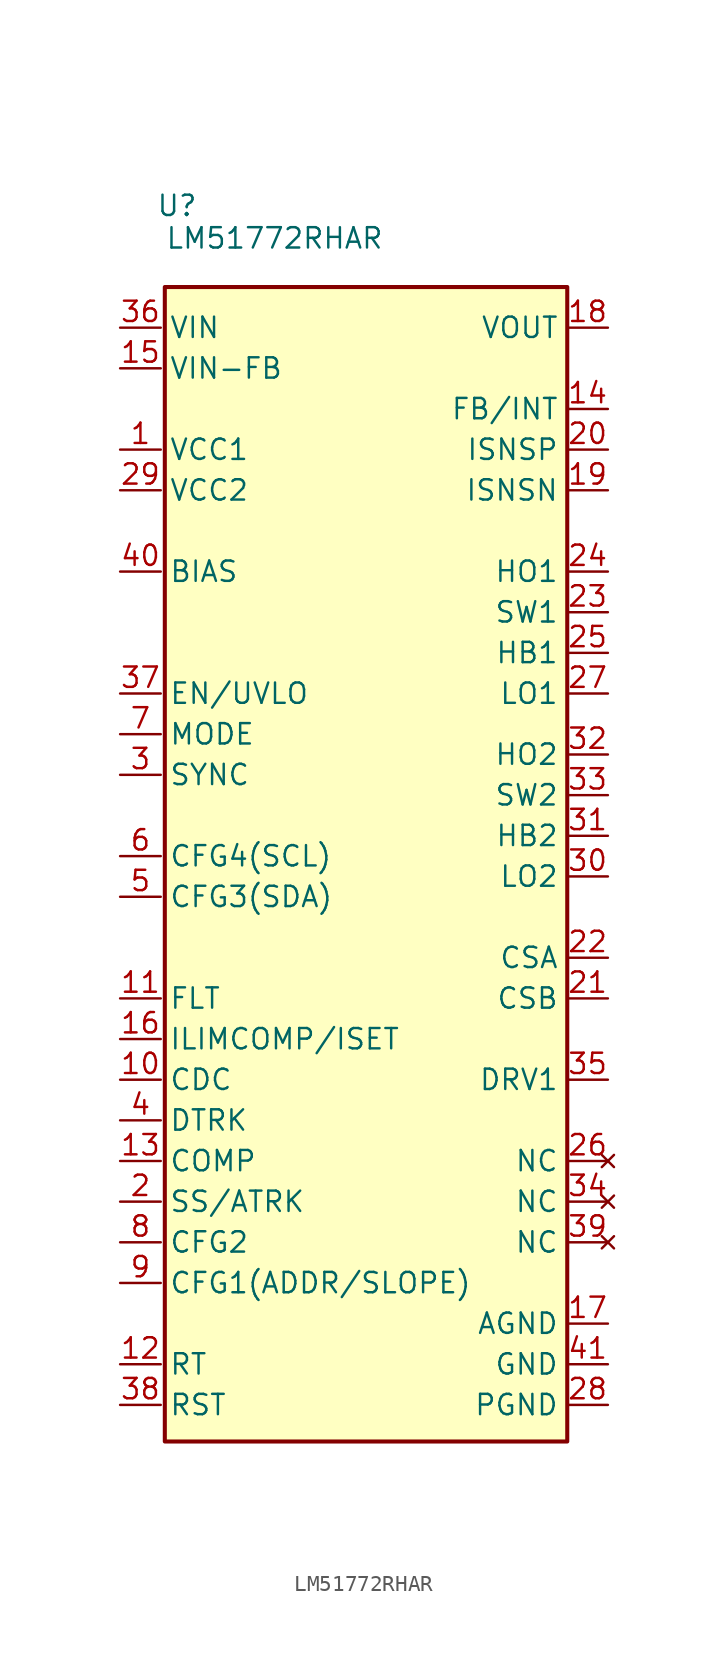
<source format=kicad_sym>
(kicad_symbol_lib
  (version 20231120)
  (generator "kicad_symbol_editor")
  (generator_version "8.0")
  (symbol "LM51772RHAR"
    (property "Reference" "U"
      (at -11.684 43.18 0)
      (effects (font (size 1.27 1.27))))
    (property "Value" "LM51772RHAR"
      (at -5.588 41.148 0)
      (effects (font (size 1.27 1.27))))
    (symbol "LM51772RHAR_0_1"
      (rectangle (start -12.446 38.1) (end 12.7 -34.036) (stroke (width 0.254) (type default)) (fill (type background))))
    (symbol "LM51772RHAR_1_1"
      (pin power_out line (at -15.24 27.94 0) (length 2.54) (name "VCC1" (effects (font (size 1.27 1.27)))) (number "1" (effects (font (size 1.27 1.27)))))
      (pin passive line (at -15.24 -11.43 0) (length 2.54) (name "CDC" (effects (font (size 1.27 1.27)))) (number "10" (effects (font (size 1.27 1.27)))))
      (pin output line (at -15.24 -6.35 0) (length 2.54) (name "FLT" (effects (font (size 1.27 1.27)))) (number "11" (effects (font (size 1.27 1.27)))))
      (pin bidirectional line (at -15.24 -29.21 0) (length 2.54) (name "RT" (effects (font (size 1.27 1.27)))) (number "12" (effects (font (size 1.27 1.27)))))
      (pin output line (at -15.24 -16.51 0) (length 2.54) (name "COMP" (effects (font (size 1.27 1.27)))) (number "13" (effects (font (size 1.27 1.27)))))
      (pin input line (at 15.24 30.48 180) (length 2.54) (name "FB/INT" (effects (font (size 1.27 1.27)))) (number "14" (effects (font (size 1.27 1.27)))))
      (pin passive line (at -15.24 33.02 0) (length 2.54) (name "VIN-FB" (effects (font (size 1.27 1.27)))) (number "15" (effects (font (size 1.27 1.27)))))
      (pin passive line (at -15.24 -8.89 0) (length 2.54) (name "ILIMCOMP/ISET" (effects (font (size 1.27 1.27)))) (number "16" (effects (font (size 1.27 1.27)))))
      (pin power_in line (at 15.24 -26.67 180) (length 2.54) (name "AGND" (effects (font (size 1.27 1.27)))) (number "17" (effects (font (size 1.27 1.27)))))
      (pin input line (at 15.24 35.56 180) (length 2.54) (name "VOUT" (effects (font (size 1.27 1.27)))) (number "18" (effects (font (size 1.27 1.27)))))
      (pin input line (at 15.24 25.4 180) (length 2.54) (name "ISNSN" (effects (font (size 1.27 1.27)))) (number "19" (effects (font (size 1.27 1.27)))))
      (pin bidirectional line (at -15.24 -19.05 0) (length 2.54) (name "SS/ATRK" (effects (font (size 1.27 1.27)))) (number "2" (effects (font (size 1.27 1.27)))))
      (pin input line (at 15.24 27.94 180) (length 2.54) (name "ISNSP" (effects (font (size 1.27 1.27)))) (number "20" (effects (font (size 1.27 1.27)))))
      (pin input line (at 15.24 -6.35 180) (length 2.54) (name "CSB" (effects (font (size 1.27 1.27)))) (number "21" (effects (font (size 1.27 1.27)))))
      (pin input line (at 15.24 -3.81 180) (length 2.54) (name "CSA" (effects (font (size 1.27 1.27)))) (number "22" (effects (font (size 1.27 1.27)))))
      (pin output line (at 15.24 17.78 180) (length 2.54) (name "SW1" (effects (font (size 1.27 1.27)))) (number "23" (effects (font (size 1.27 1.27)))))
      (pin output line (at 15.24 20.32 180) (length 2.54) (name "HO1" (effects (font (size 1.27 1.27)))) (number "24" (effects (font (size 1.27 1.27)))))
      (pin output line (at 15.24 15.24 180) (length 2.54) (name "HB1" (effects (font (size 1.27 1.27)))) (number "25" (effects (font (size 1.27 1.27)))))
      (pin no_connect line (at 15.24 -16.51 180) (length 2.54) (name "NC" (effects (font (size 1.27 1.27)))) (number "26" (effects (font (size 1.27 1.27)))))
      (pin output line (at 15.24 12.7 180) (length 2.54) (name "LO1" (effects (font (size 1.27 1.27)))) (number "27" (effects (font (size 1.27 1.27)))))
      (pin power_in line (at 15.24 -31.75 180) (length 2.54) (name "PGND" (effects (font (size 1.27 1.27)))) (number "28" (effects (font (size 1.27 1.27)))))
      (pin output line (at -15.24 25.4 0) (length 2.54) (name "VCC2" (effects (font (size 1.27 1.27)))) (number "29" (effects (font (size 1.27 1.27)))))
      (pin input line (at -15.24 7.62 0) (length 2.54) (name "SYNC" (effects (font (size 1.27 1.27)))) (number "3" (effects (font (size 1.27 1.27)))))
      (pin output line (at 15.24 1.27 180) (length 2.54) (name "LO2" (effects (font (size 1.27 1.27)))) (number "30" (effects (font (size 1.27 1.27)))))
      (pin output line (at 15.24 3.81 180) (length 2.54) (name "HB2" (effects (font (size 1.27 1.27)))) (number "31" (effects (font (size 1.27 1.27)))))
      (pin output line (at 15.24 8.89 180) (length 2.54) (name "HO2" (effects (font (size 1.27 1.27)))) (number "32" (effects (font (size 1.27 1.27)))))
      (pin output line (at 15.24 6.35 180) (length 2.54) (name "SW2" (effects (font (size 1.27 1.27)))) (number "33" (effects (font (size 1.27 1.27)))))
      (pin no_connect line (at 15.24 -19.05 180) (length 2.54) (name "NC" (effects (font (size 1.27 1.27)))) (number "34" (effects (font (size 1.27 1.27)))))
      (pin passive line (at 15.24 -11.43 180) (length 2.54) (name "DRV1" (effects (font (size 1.27 1.27)))) (number "35" (effects (font (size 1.27 1.27)))))
      (pin power_in line (at -15.24 35.56 0) (length 2.54) (name "VIN" (effects (font (size 1.27 1.27)))) (number "36" (effects (font (size 1.27 1.27)))))
      (pin input line (at -15.24 12.7 0) (length 2.54) (name "EN/UVLO" (effects (font (size 1.27 1.27)))) (number "37" (effects (font (size 1.27 1.27)))))
      (pin input line (at -15.24 -31.75 0) (length 2.54) (name "RST" (effects (font (size 1.27 1.27)))) (number "38" (effects (font (size 1.27 1.27)))))
      (pin no_connect line (at 15.24 -21.59 180) (length 2.54) (name "NC" (effects (font (size 1.27 1.27)))) (number "39" (effects (font (size 1.27 1.27)))))
      (pin input line (at -15.24 -13.97 0) (length 2.54) (name "DTRK" (effects (font (size 1.27 1.27)))) (number "4" (effects (font (size 1.27 1.27)))))
      (pin passive line (at -15.24 20.32 0) (length 2.54) (name "BIAS" (effects (font (size 1.27 1.27)))) (number "40" (effects (font (size 1.27 1.27)))))
      (pin power_in line (at 15.24 -29.21 180) (length 2.54) (name "GND" (effects (font (size 1.27 1.27)))) (number "41" (effects (font (size 1.27 1.27)))))
      (pin bidirectional line (at -15.24 0 0) (length 2.54) (name "CFG3(SDA)" (effects (font (size 1.27 1.27)))) (number "5" (effects (font (size 1.27 1.27)))))
      (pin input line (at -15.24 2.54 0) (length 2.54) (name "CFG4(SCL)" (effects (font (size 1.27 1.27)))) (number "6" (effects (font (size 1.27 1.27)))))
      (pin input line (at -15.24 10.16 0) (length 2.54) (name "MODE" (effects (font (size 1.27 1.27)))) (number "7" (effects (font (size 1.27 1.27)))))
      (pin bidirectional line (at -15.24 -21.59 0) (length 2.54) (name "CFG2" (effects (font (size 1.27 1.27)))) (number "8" (effects (font (size 1.27 1.27)))))
      (pin input line (at -15.24 -24.13 0) (length 2.54) (name "CFG1(ADDR/SLOPE)" (effects (font (size 1.27 1.27)))) (number "9" (effects (font (size 1.27 1.27))))))))
</source>
